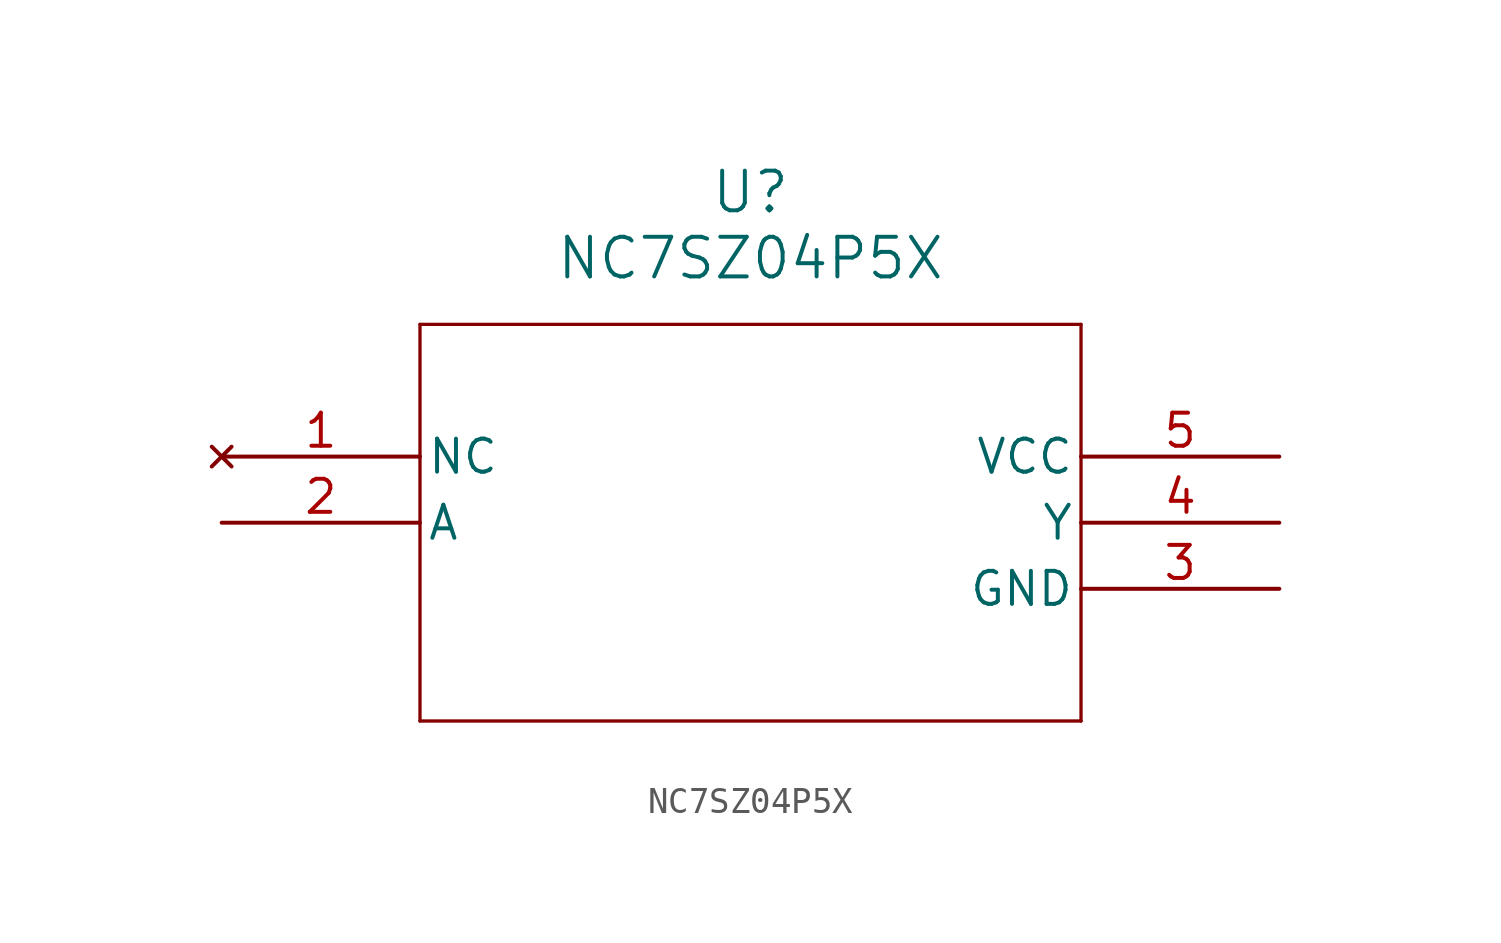
<source format=kicad_sym>
(kicad_symbol_lib
  (version 20211014)
  (generator kicad_symbol_editor)
  (symbol "NC7SZ04P5X"
    (pin_names
      (offset 0.254))
    (property "Reference" "U"
      (at 20.32 10.16 0)
      (effects (font (size 1.524 1.524))))
    (property "Value" "NC7SZ04P5X"
      (at 20.32 7.62 0)
      (effects (font (size 1.524 1.524))))
    (symbol "NC7SZ04P5X_0_1"
      (polyline (pts (xy 7.62 5.08) (xy 7.62 -10.16)) (stroke (width 0.127) (type default) (color 0 0 0 0)) (fill (type none)))
      (polyline (pts (xy 7.62 -10.16) (xy 33.02 -10.16)) (stroke (width 0.127) (type default) (color 0 0 0 0)) (fill (type none)))
      (polyline (pts (xy 33.02 -10.16) (xy 33.02 5.08)) (stroke (width 0.127) (type default) (color 0 0 0 0)) (fill (type none)))
      (polyline (pts (xy 33.02 5.08) (xy 7.62 5.08)) (stroke (width 0.127) (type default) (color 0 0 0 0)) (fill (type none)))
      (pin no_connect line (at 0 0 0) (length 7.62) (name "NC" (effects (font (size 1.27 1.27)))) (number "1" (effects (font (size 1.27 1.27)))))
      (pin unspecified line (at 0 -2.54 0) (length 7.62) (name "A" (effects (font (size 1.27 1.27)))) (number "2" (effects (font (size 1.27 1.27)))))
      (pin power_out line (at 40.64 -5.08 180) (length 7.62) (name "GND" (effects (font (size 1.27 1.27)))) (number "3" (effects (font (size 1.27 1.27)))))
      (pin unspecified line (at 40.64 -2.54 180) (length 7.62) (name "Y" (effects (font (size 1.27 1.27)))) (number "4" (effects (font (size 1.27 1.27)))))
      (pin power_in line (at 40.64 0 180) (length 7.62) (name "VCC" (effects (font (size 1.27 1.27)))) (number "5" (effects (font (size 1.27 1.27))))))))
</source>
